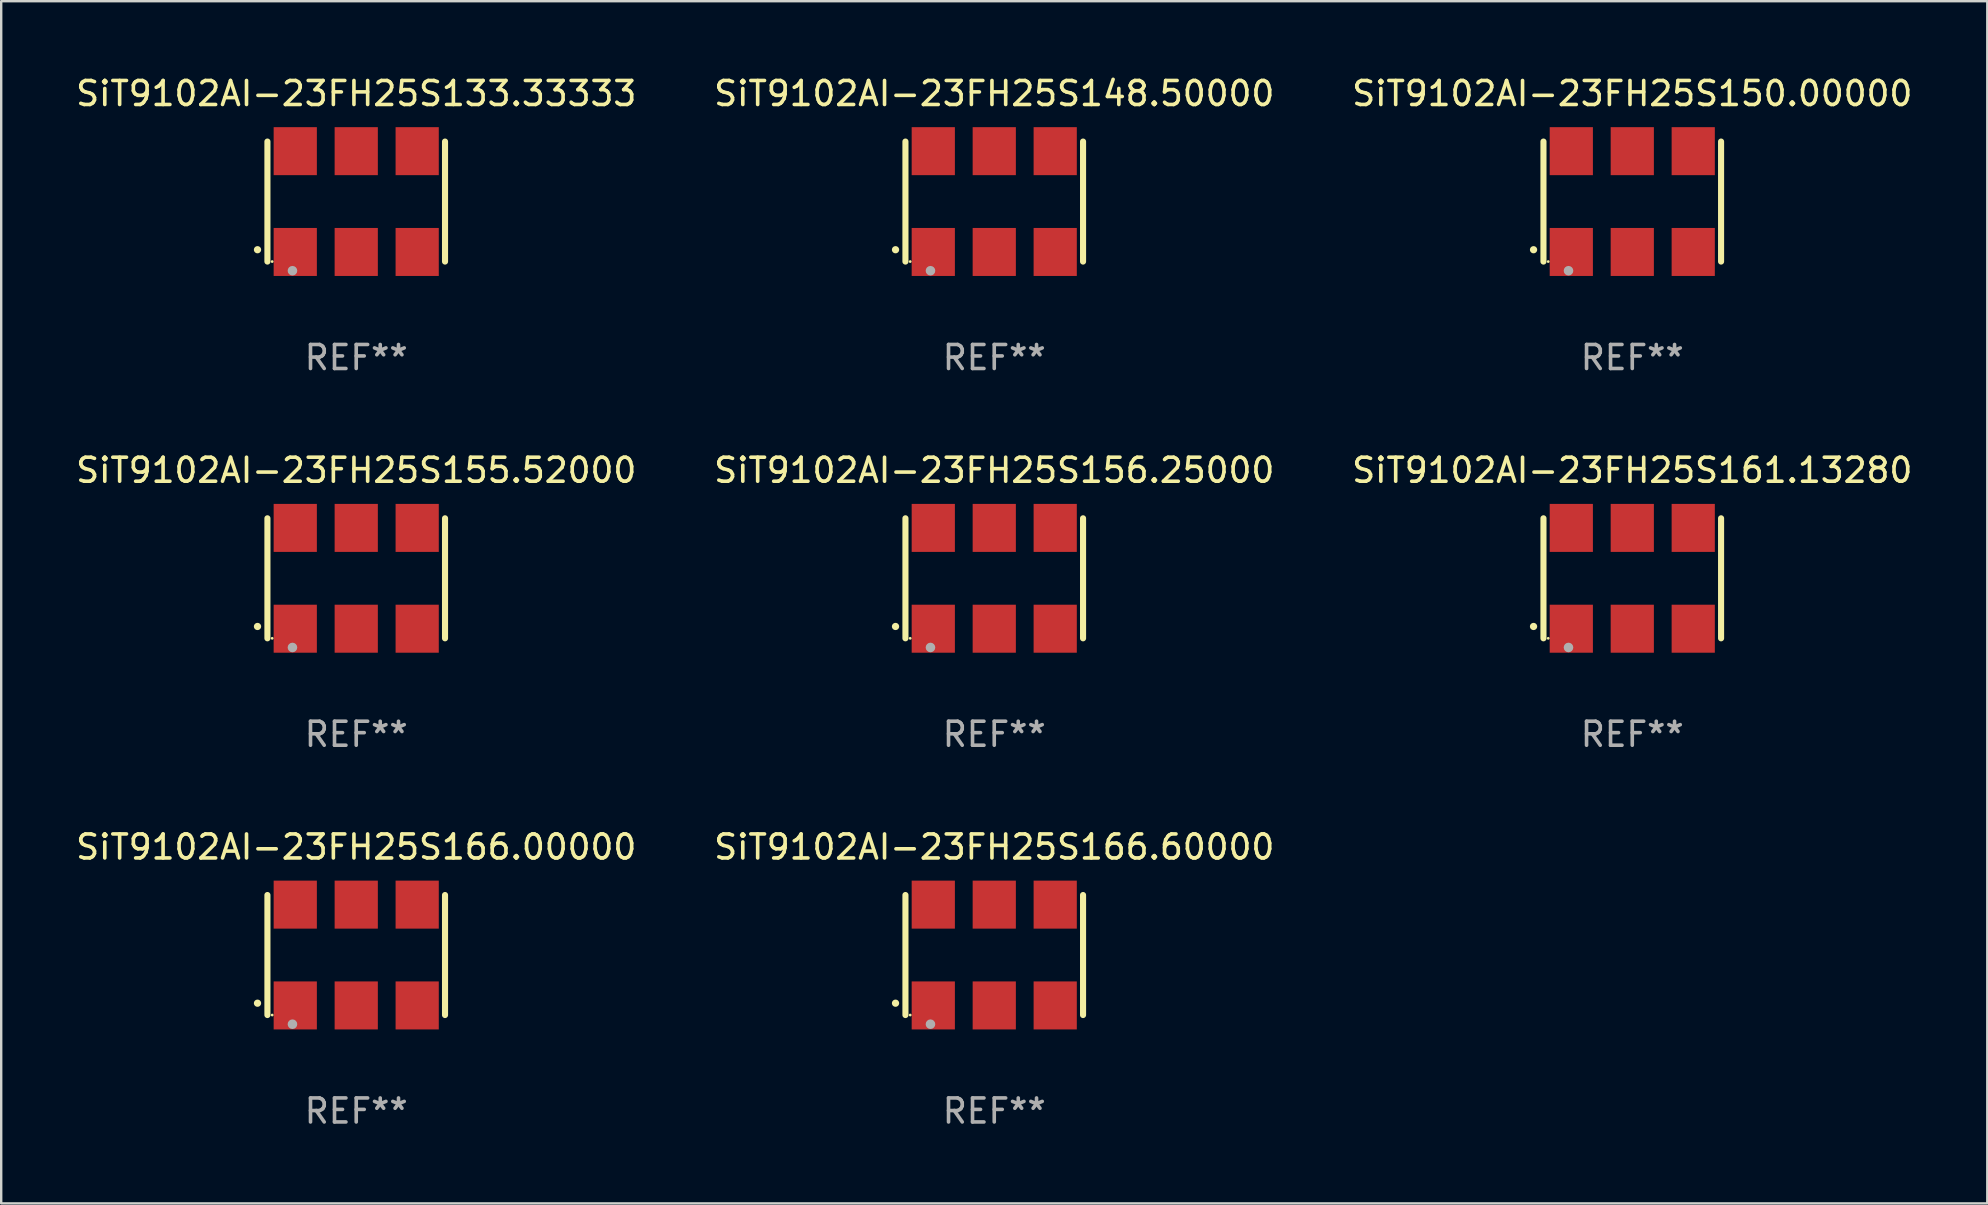
<source format=kicad_pcb>
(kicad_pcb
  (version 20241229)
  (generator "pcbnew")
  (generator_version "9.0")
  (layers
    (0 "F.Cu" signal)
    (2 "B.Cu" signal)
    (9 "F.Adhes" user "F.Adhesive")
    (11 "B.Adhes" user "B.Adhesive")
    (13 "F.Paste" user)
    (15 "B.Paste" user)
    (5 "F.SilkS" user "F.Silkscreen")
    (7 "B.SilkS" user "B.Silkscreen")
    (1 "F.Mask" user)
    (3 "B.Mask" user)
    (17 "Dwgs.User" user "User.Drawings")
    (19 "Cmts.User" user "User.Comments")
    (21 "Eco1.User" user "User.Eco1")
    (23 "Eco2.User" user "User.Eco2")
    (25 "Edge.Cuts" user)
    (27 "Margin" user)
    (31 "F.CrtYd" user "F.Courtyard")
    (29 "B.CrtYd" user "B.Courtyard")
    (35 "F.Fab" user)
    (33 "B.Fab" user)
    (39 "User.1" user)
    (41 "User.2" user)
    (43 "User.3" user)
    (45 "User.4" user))
  (footprint "SiT9102AI-23FH25S166.00000"
    (layer "F.Cu")
    (at 11.792 36.741)
    (property "Reference" "SiT9102AI-23FH25S166.00000" (at 0 -4.5 0) (layer "F.SilkS") (effects (font (size 1 1) (thickness 0.15))))
    (attr through_hole)
    (fp_line (start -3.7 -2.5) (end -3.7 2.5) (stroke (width 0.254) (type solid)) (layer "F.SilkS"))
    (fp_line (start 3.7 -2.5) (end 3.7 2.5) (stroke (width 0.254) (type solid)) (layer "F.SilkS"))
    (fp_arc (start -4.114415 2.006604) (mid -4.113145 2.006599) (end -4.111875 2.006604) (stroke (width 0.3) (type solid)) (layer "F.SilkS"))
    (fp_circle (center -3.502 2.5) (end -3.472 2.5) (stroke (width 0.06) (type solid)) (fill no) (layer "F.SilkS"))
    (fp_circle (center -2.657 2.882) (end -2.557 2.882) (stroke (width 0.2) (type solid)) (fill no) (layer "F.Fab"))
    (fp_text user "REF**" (at 0 6.5 0) (layer "F.Fab") (effects (font (size 1 1) (thickness 0.15))))
    (pad "1" smd rect (at -2.54 2.1) (size 1.8 2) (layers "F.Cu" "F.Mask" "F.Paste"))
    (pad "2" smd rect (at 0.000394 2.1) (size 1.8 2) (layers "F.Cu" "F.Mask" "F.Paste"))
    (pad "3" smd rect (at 2.54 2.1) (size 1.8 2) (layers "F.Cu" "F.Mask" "F.Paste"))
    (pad "4" smd rect (at 2.54 -2.1) (size 1.8 2) (layers "F.Cu" "F.Mask" "F.Paste"))
    (pad "5" smd rect (at 0.000394 -2.1) (size 1.8 2) (layers "F.Cu" "F.Mask" "F.Paste"))
    (pad "6" smd rect (at -2.54 -2.1) (size 1.8 2) (layers "F.Cu" "F.Mask" "F.Paste")))
  (footprint "SiT9102AI-23FH25S156.25000"
    (layer "F.Cu")
    (at 38.375 21.045)
    (property "Reference" "SiT9102AI-23FH25S156.25000" (at 0 -4.5 0) (layer "F.SilkS") (effects (font (size 1 1) (thickness 0.15))))
    (attr through_hole)
    (fp_line (start -3.7 -2.5) (end -3.7 2.5) (stroke (width 0.254) (type solid)) (layer "F.SilkS"))
    (fp_line (start 3.7 -2.5) (end 3.7 2.5) (stroke (width 0.254) (type solid)) (layer "F.SilkS"))
    (fp_arc (start -4.114415 2.006604) (mid -4.113145 2.006599) (end -4.111875 2.006604) (stroke (width 0.3) (type solid)) (layer "F.SilkS"))
    (fp_circle (center -3.502 2.5) (end -3.472 2.5) (stroke (width 0.06) (type solid)) (fill no) (layer "F.SilkS"))
    (fp_circle (center -2.657 2.882) (end -2.557 2.882) (stroke (width 0.2) (type solid)) (fill no) (layer "F.Fab"))
    (fp_text user "REF**" (at 0 6.5 0) (layer "F.Fab") (effects (font (size 1 1) (thickness 0.15))))
    (pad "1" smd rect (at -2.54 2.1) (size 1.8 2) (layers "F.Cu" "F.Mask" "F.Paste"))
    (pad "2" smd rect (at 0.000394 2.1) (size 1.8 2) (layers "F.Cu" "F.Mask" "F.Paste"))
    (pad "3" smd rect (at 2.54 2.1) (size 1.8 2) (layers "F.Cu" "F.Mask" "F.Paste"))
    (pad "4" smd rect (at 2.54 -2.1) (size 1.8 2) (layers "F.Cu" "F.Mask" "F.Paste"))
    (pad "5" smd rect (at 0.000394 -2.1) (size 1.8 2) (layers "F.Cu" "F.Mask" "F.Paste"))
    (pad "6" smd rect (at -2.54 -2.1) (size 1.8 2) (layers "F.Cu" "F.Mask" "F.Paste")))
  (footprint "SiT9102AI-23FH25S148.50000"
    (layer "F.Cu")
    (at 38.375 5.348)
    (property "Reference" "SiT9102AI-23FH25S148.50000" (at 0 -4.5 0) (layer "F.SilkS") (effects (font (size 1 1) (thickness 0.15))))
    (attr through_hole)
    (fp_line (start -3.7 -2.5) (end -3.7 2.5) (stroke (width 0.254) (type solid)) (layer "F.SilkS"))
    (fp_line (start 3.7 -2.5) (end 3.7 2.5) (stroke (width 0.254) (type solid)) (layer "F.SilkS"))
    (fp_arc (start -4.114415 2.006604) (mid -4.113145 2.006599) (end -4.111875 2.006604) (stroke (width 0.3) (type solid)) (layer "F.SilkS"))
    (fp_circle (center -3.502 2.5) (end -3.472 2.5) (stroke (width 0.06) (type solid)) (fill no) (layer "F.SilkS"))
    (fp_circle (center -2.657 2.882) (end -2.557 2.882) (stroke (width 0.2) (type solid)) (fill no) (layer "F.Fab"))
    (fp_text user "REF**" (at 0 6.5 0) (layer "F.Fab") (effects (font (size 1 1) (thickness 0.15))))
    (pad "1" smd rect (at -2.54 2.1) (size 1.8 2) (layers "F.Cu" "F.Mask" "F.Paste"))
    (pad "2" smd rect (at 0.000394 2.1) (size 1.8 2) (layers "F.Cu" "F.Mask" "F.Paste"))
    (pad "3" smd rect (at 2.54 2.1) (size 1.8 2) (layers "F.Cu" "F.Mask" "F.Paste"))
    (pad "4" smd rect (at 2.54 -2.1) (size 1.8 2) (layers "F.Cu" "F.Mask" "F.Paste"))
    (pad "5" smd rect (at 0.000394 -2.1) (size 1.8 2) (layers "F.Cu" "F.Mask" "F.Paste"))
    (pad "6" smd rect (at -2.54 -2.1) (size 1.8 2) (layers "F.Cu" "F.Mask" "F.Paste")))
  (footprint "SiT9102AI-23FH25S161.13280"
    (layer "F.Cu")
    (at 64.958 21.045)
    (property "Reference" "SiT9102AI-23FH25S161.13280" (at 0 -4.5 0) (layer "F.SilkS") (effects (font (size 1 1) (thickness 0.15))))
    (attr through_hole)
    (fp_line (start -3.7 -2.5) (end -3.7 2.5) (stroke (width 0.254) (type solid)) (layer "F.SilkS"))
    (fp_line (start 3.7 -2.5) (end 3.7 2.5) (stroke (width 0.254) (type solid)) (layer "F.SilkS"))
    (fp_arc (start -4.114415 2.006604) (mid -4.113145 2.006599) (end -4.111875 2.006604) (stroke (width 0.3) (type solid)) (layer "F.SilkS"))
    (fp_circle (center -3.502 2.5) (end -3.472 2.5) (stroke (width 0.06) (type solid)) (fill no) (layer "F.SilkS"))
    (fp_circle (center -2.657 2.882) (end -2.557 2.882) (stroke (width 0.2) (type solid)) (fill no) (layer "F.Fab"))
    (fp_text user "REF**" (at 0 6.5 0) (layer "F.Fab") (effects (font (size 1 1) (thickness 0.15))))
    (pad "1" smd rect (at -2.54 2.1) (size 1.8 2) (layers "F.Cu" "F.Mask" "F.Paste"))
    (pad "2" smd rect (at 0.000394 2.1) (size 1.8 2) (layers "F.Cu" "F.Mask" "F.Paste"))
    (pad "3" smd rect (at 2.54 2.1) (size 1.8 2) (layers "F.Cu" "F.Mask" "F.Paste"))
    (pad "4" smd rect (at 2.54 -2.1) (size 1.8 2) (layers "F.Cu" "F.Mask" "F.Paste"))
    (pad "5" smd rect (at 0.000394 -2.1) (size 1.8 2) (layers "F.Cu" "F.Mask" "F.Paste"))
    (pad "6" smd rect (at -2.54 -2.1) (size 1.8 2) (layers "F.Cu" "F.Mask" "F.Paste")))
  (footprint "SiT9102AI-23FH25S166.60000"
    (layer "F.Cu")
    (at 38.375 36.741)
    (property "Reference" "SiT9102AI-23FH25S166.60000" (at 0 -4.5 0) (layer "F.SilkS") (effects (font (size 1 1) (thickness 0.15))))
    (attr through_hole)
    (fp_line (start -3.7 -2.5) (end -3.7 2.5) (stroke (width 0.254) (type solid)) (layer "F.SilkS"))
    (fp_line (start 3.7 -2.5) (end 3.7 2.5) (stroke (width 0.254) (type solid)) (layer "F.SilkS"))
    (fp_arc (start -4.114415 2.006604) (mid -4.113145 2.006599) (end -4.111875 2.006604) (stroke (width 0.3) (type solid)) (layer "F.SilkS"))
    (fp_circle (center -3.502 2.5) (end -3.472 2.5) (stroke (width 0.06) (type solid)) (fill no) (layer "F.SilkS"))
    (fp_circle (center -2.657 2.882) (end -2.557 2.882) (stroke (width 0.2) (type solid)) (fill no) (layer "F.Fab"))
    (fp_text user "REF**" (at 0 6.5 0) (layer "F.Fab") (effects (font (size 1 1) (thickness 0.15))))
    (pad "1" smd rect (at -2.54 2.1) (size 1.8 2) (layers "F.Cu" "F.Mask" "F.Paste"))
    (pad "2" smd rect (at 0.000394 2.1) (size 1.8 2) (layers "F.Cu" "F.Mask" "F.Paste"))
    (pad "3" smd rect (at 2.54 2.1) (size 1.8 2) (layers "F.Cu" "F.Mask" "F.Paste"))
    (pad "4" smd rect (at 2.54 -2.1) (size 1.8 2) (layers "F.Cu" "F.Mask" "F.Paste"))
    (pad "5" smd rect (at 0.000394 -2.1) (size 1.8 2) (layers "F.Cu" "F.Mask" "F.Paste"))
    (pad "6" smd rect (at -2.54 -2.1) (size 1.8 2) (layers "F.Cu" "F.Mask" "F.Paste")))
  (footprint "SiT9102AI-23FH25S155.52000"
    (layer "F.Cu")
    (at 11.792 21.045)
    (property "Reference" "SiT9102AI-23FH25S155.52000" (at 0 -4.5 0) (layer "F.SilkS") (effects (font (size 1 1) (thickness 0.15))))
    (attr through_hole)
    (fp_line (start -3.7 -2.5) (end -3.7 2.5) (stroke (width 0.254) (type solid)) (layer "F.SilkS"))
    (fp_line (start 3.7 -2.5) (end 3.7 2.5) (stroke (width 0.254) (type solid)) (layer "F.SilkS"))
    (fp_arc (start -4.114415 2.006604) (mid -4.113145 2.006599) (end -4.111875 2.006604) (stroke (width 0.3) (type solid)) (layer "F.SilkS"))
    (fp_circle (center -3.502 2.5) (end -3.472 2.5) (stroke (width 0.06) (type solid)) (fill no) (layer "F.SilkS"))
    (fp_circle (center -2.657 2.882) (end -2.557 2.882) (stroke (width 0.2) (type solid)) (fill no) (layer "F.Fab"))
    (fp_text user "REF**" (at 0 6.5 0) (layer "F.Fab") (effects (font (size 1 1) (thickness 0.15))))
    (pad "1" smd rect (at -2.54 2.1) (size 1.8 2) (layers "F.Cu" "F.Mask" "F.Paste"))
    (pad "2" smd rect (at 0.000394 2.1) (size 1.8 2) (layers "F.Cu" "F.Mask" "F.Paste"))
    (pad "3" smd rect (at 2.54 2.1) (size 1.8 2) (layers "F.Cu" "F.Mask" "F.Paste"))
    (pad "4" smd rect (at 2.54 -2.1) (size 1.8 2) (layers "F.Cu" "F.Mask" "F.Paste"))
    (pad "5" smd rect (at 0.000394 -2.1) (size 1.8 2) (layers "F.Cu" "F.Mask" "F.Paste"))
    (pad "6" smd rect (at -2.54 -2.1) (size 1.8 2) (layers "F.Cu" "F.Mask" "F.Paste")))
  (footprint "SiT9102AI-23FH25S133.33333"
    (layer "F.Cu")
    (at 11.792 5.348)
    (property "Reference" "SiT9102AI-23FH25S133.33333" (at 0 -4.5 0) (layer "F.SilkS") (effects (font (size 1 1) (thickness 0.15))))
    (attr through_hole)
    (fp_line (start -3.7 -2.5) (end -3.7 2.5) (stroke (width 0.254) (type solid)) (layer "F.SilkS"))
    (fp_line (start 3.7 -2.5) (end 3.7 2.5) (stroke (width 0.254) (type solid)) (layer "F.SilkS"))
    (fp_arc (start -4.114415 2.006604) (mid -4.113145 2.006599) (end -4.111875 2.006604) (stroke (width 0.3) (type solid)) (layer "F.SilkS"))
    (fp_circle (center -3.502 2.5) (end -3.472 2.5) (stroke (width 0.06) (type solid)) (fill no) (layer "F.SilkS"))
    (fp_circle (center -2.657 2.882) (end -2.557 2.882) (stroke (width 0.2) (type solid)) (fill no) (layer "F.Fab"))
    (fp_text user "REF**" (at 0 6.5 0) (layer "F.Fab") (effects (font (size 1 1) (thickness 0.15))))
    (pad "1" smd rect (at -2.54 2.1) (size 1.8 2) (layers "F.Cu" "F.Mask" "F.Paste"))
    (pad "2" smd rect (at 0.000394 2.1) (size 1.8 2) (layers "F.Cu" "F.Mask" "F.Paste"))
    (pad "3" smd rect (at 2.54 2.1) (size 1.8 2) (layers "F.Cu" "F.Mask" "F.Paste"))
    (pad "4" smd rect (at 2.54 -2.1) (size 1.8 2) (layers "F.Cu" "F.Mask" "F.Paste"))
    (pad "5" smd rect (at 0.000394 -2.1) (size 1.8 2) (layers "F.Cu" "F.Mask" "F.Paste"))
    (pad "6" smd rect (at -2.54 -2.1) (size 1.8 2) (layers "F.Cu" "F.Mask" "F.Paste")))
  (footprint "SiT9102AI-23FH25S150.00000"
    (layer "F.Cu")
    (at 64.958 5.348)
    (property "Reference" "SiT9102AI-23FH25S150.00000" (at 0 -4.5 0) (layer "F.SilkS") (effects (font (size 1 1) (thickness 0.15))))
    (attr through_hole)
    (fp_line (start -3.7 -2.5) (end -3.7 2.5) (stroke (width 0.254) (type solid)) (layer "F.SilkS"))
    (fp_line (start 3.7 -2.5) (end 3.7 2.5) (stroke (width 0.254) (type solid)) (layer "F.SilkS"))
    (fp_arc (start -4.114415 2.006604) (mid -4.113145 2.006599) (end -4.111875 2.006604) (stroke (width 0.3) (type solid)) (layer "F.SilkS"))
    (fp_circle (center -3.502 2.5) (end -3.472 2.5) (stroke (width 0.06) (type solid)) (fill no) (layer "F.SilkS"))
    (fp_circle (center -2.657 2.882) (end -2.557 2.882) (stroke (width 0.2) (type solid)) (fill no) (layer "F.Fab"))
    (fp_text user "REF**" (at 0 6.5 0) (layer "F.Fab") (effects (font (size 1 1) (thickness 0.15))))
    (pad "1" smd rect (at -2.54 2.1) (size 1.8 2) (layers "F.Cu" "F.Mask" "F.Paste"))
    (pad "2" smd rect (at 0.000394 2.1) (size 1.8 2) (layers "F.Cu" "F.Mask" "F.Paste"))
    (pad "3" smd rect (at 2.54 2.1) (size 1.8 2) (layers "F.Cu" "F.Mask" "F.Paste"))
    (pad "4" smd rect (at 2.54 -2.1) (size 1.8 2) (layers "F.Cu" "F.Mask" "F.Paste"))
    (pad "5" smd rect (at 0.000394 -2.1) (size 1.8 2) (layers "F.Cu" "F.Mask" "F.Paste"))
    (pad "6" smd rect (at -2.54 -2.1) (size 1.8 2) (layers "F.Cu" "F.Mask" "F.Paste")))
  (gr_rect
    (start -3 -3)
    (end 79.75 47.09)
    (stroke (width 0.1) (type default))
    (fill no)
    (layer "Edge.Cuts")))
</source>
